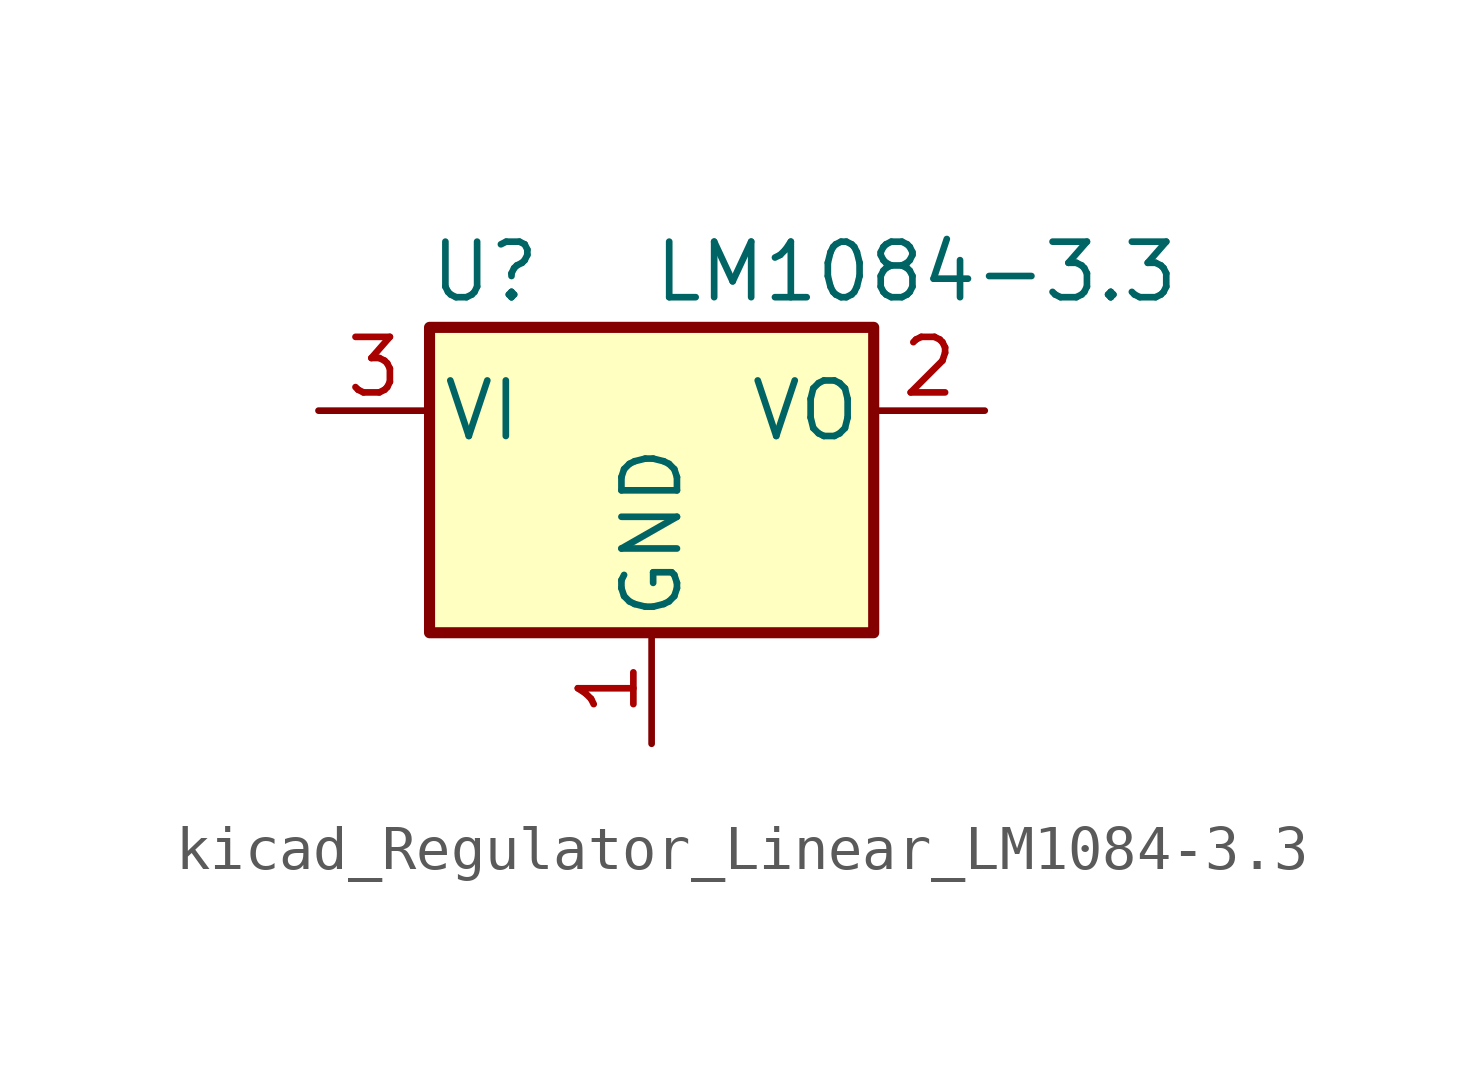
<source format=kicad_sym>
(kicad_symbol_lib
  (version 20220914)
  (generator kicad_symbol_editor)
  (symbol "kicad_Regulator_Linear_LM1084-3.3"
    (pin_names
      (offset 0.254))
    (property "Reference" "U"
      (at -3.81 3.175 0)
      (effects (font (size 1.27 1.27))))
    (property "Value" "LM1084-3.3"
      (at 0 3.175 0)
      (effects (font (size 1.27 1.27)) (justify left)))
    (symbol "kicad_Regulator_Linear_LM1084-3.3_0_1"
      (rectangle (start -5.08 1.905) (end 5.08 -5.08) (stroke (width 0.254) (type default)) (fill (type background))))
    (symbol "kicad_Regulator_Linear_LM1084-3.3_1_1"
      (pin power_in line (at 0 -7.62 90) (length 2.54) (name "GND" (effects (font (size 1.27 1.27)))) (number "1" (effects (font (size 1.27 1.27)))))
      (pin power_out line (at 7.62 0 180) (length 2.54) (name "VO" (effects (font (size 1.27 1.27)))) (number "2" (effects (font (size 1.27 1.27)))))
      (pin power_in line (at -7.62 0 0) (length 2.54) (name "VI" (effects (font (size 1.27 1.27)))) (number "3" (effects (font (size 1.27 1.27))))))))
</source>
